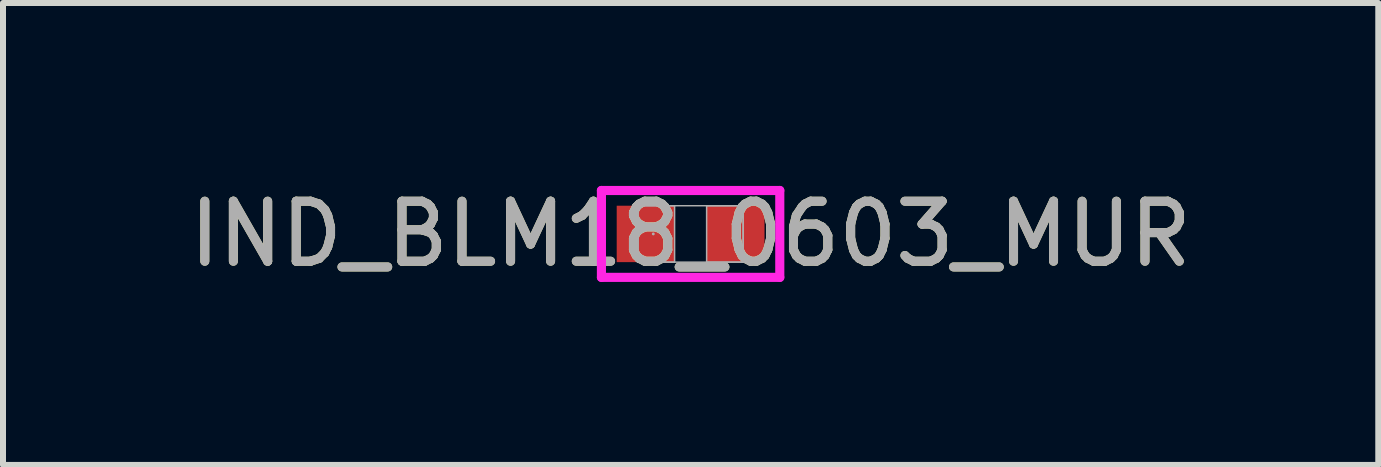
<source format=kicad_pcb>
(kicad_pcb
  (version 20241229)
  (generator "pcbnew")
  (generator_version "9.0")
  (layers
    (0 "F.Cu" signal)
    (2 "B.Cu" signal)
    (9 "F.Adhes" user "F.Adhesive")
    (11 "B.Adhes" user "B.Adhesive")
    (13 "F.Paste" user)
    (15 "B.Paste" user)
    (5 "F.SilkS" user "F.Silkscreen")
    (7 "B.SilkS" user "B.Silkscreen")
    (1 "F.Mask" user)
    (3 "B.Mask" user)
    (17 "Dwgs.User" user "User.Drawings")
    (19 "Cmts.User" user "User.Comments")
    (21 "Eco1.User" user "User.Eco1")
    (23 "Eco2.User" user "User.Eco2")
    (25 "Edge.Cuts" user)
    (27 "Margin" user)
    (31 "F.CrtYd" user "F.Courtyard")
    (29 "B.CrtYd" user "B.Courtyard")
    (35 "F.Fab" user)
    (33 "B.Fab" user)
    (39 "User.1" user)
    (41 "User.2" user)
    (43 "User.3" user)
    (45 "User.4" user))
  (footprint "IND_BLM18_0603_MUR"
    (layer "F.Cu")
    (at 8.458 0.848)
    (property "Reference" "IND_BLM18_0603_MUR" (at 0 0 0) (unlocked yes) (layer "F.SilkS") (effects (font (size 1 1) (thickness 0.15))))
    (attr smd)
    (fp_line (start -1.486 -0.724) (end 1.486 -0.724) (stroke (width 0.152) (type solid)) (layer "F.CrtYd"))
    (fp_line (start -1.486 0.724) (end -1.486 -0.724) (stroke (width 0.152) (type solid)) (layer "F.CrtYd"))
    (fp_line (start 1.486 -0.724) (end 1.486 0.724) (stroke (width 0.152) (type solid)) (layer "F.CrtYd"))
    (fp_line (start 1.486 0.724) (end -1.486 0.724) (stroke (width 0.152) (type solid)) (layer "F.CrtYd"))
    (fp_line (start -0.876 -0.47) (end -0.876 0.47) (stroke (width 0.025) (type solid)) (layer "F.Fab"))
    (fp_line (start -0.876 -0.47) (end -0.876 0.47) (stroke (width 0.025) (type solid)) (layer "F.Fab"))
    (fp_line (start -0.876 0.47) (end -0.267 0.47) (stroke (width 0.025) (type solid)) (layer "F.Fab"))
    (fp_line (start -0.876 0.47) (end 0.876 0.47) (stroke (width 0.025) (type solid)) (layer "F.Fab"))
    (fp_line (start -0.267 -0.47) (end -0.876 -0.47) (stroke (width 0.025) (type solid)) (layer "F.Fab"))
    (fp_line (start -0.267 0.47) (end -0.267 -0.47) (stroke (width 0.025) (type solid)) (layer "F.Fab"))
    (fp_line (start 0.267 -0.47) (end 0.267 0.47) (stroke (width 0.025) (type solid)) (layer "F.Fab"))
    (fp_line (start 0.267 0.47) (end 0.876 0.47) (stroke (width 0.025) (type solid)) (layer "F.Fab"))
    (fp_line (start 0.876 -0.47) (end -0.876 -0.47) (stroke (width 0.025) (type solid)) (layer "F.Fab"))
    (fp_line (start 0.876 -0.47) (end 0.267 -0.47) (stroke (width 0.025) (type solid)) (layer "F.Fab"))
    (fp_line (start 0.876 0.47) (end 0.876 -0.47) (stroke (width 0.025) (type solid)) (layer "F.Fab"))
    (fp_line (start 0.876 0.47) (end 0.876 -0.47) (stroke (width 0.025) (type solid)) (layer "F.Fab"))
    (fp_circle (center -0.622 0) (end -0.622 0) (stroke (width 0.025) (type solid)) (fill no) (layer "F.Fab"))
    (fp_text user "${REFERENCE}" (at 0 0 0) (unlocked yes) (layer "F.Fab") (effects (font (size 1 1) (thickness 0.15))))
    (pad "1" smd rect (at -0.749 0) (size 0.965 0.94) (layers "F.Cu" "F.Mask" "F.Paste"))
    (pad "2" smd rect (at 0.749 0) (size 0.965 0.94) (layers "F.Cu" "F.Mask" "F.Paste"))
    (zone (net_name "") (layer "F.Cu") (hatch full 0.508) (connect_pads) (min_thickness 0.254) (filled_areas_thickness no) (keepout (tracks not_allowed) (vias not_allowed) (pads allowed) (copperpour not_allowed) (footprints allowed)) (placement (enabled no)) (fill) (polygon (pts (xy 8.242 0.429) (xy 8.674 0.429) (xy 8.674 1.267) (xy 8.242 1.267)))))
  (gr_rect
    (start -3 -3)
    (end 19.917 4.697)
    (stroke (width 0.1) (type default))
    (fill no)
    (layer "Edge.Cuts")))
</source>
